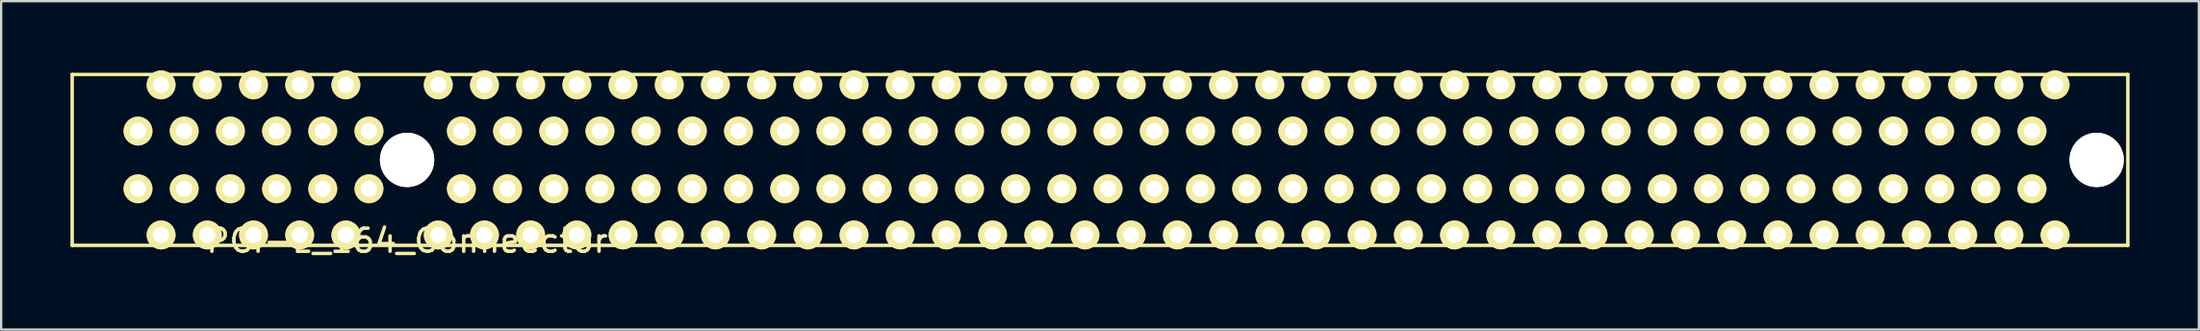
<source format=kicad_pcb>
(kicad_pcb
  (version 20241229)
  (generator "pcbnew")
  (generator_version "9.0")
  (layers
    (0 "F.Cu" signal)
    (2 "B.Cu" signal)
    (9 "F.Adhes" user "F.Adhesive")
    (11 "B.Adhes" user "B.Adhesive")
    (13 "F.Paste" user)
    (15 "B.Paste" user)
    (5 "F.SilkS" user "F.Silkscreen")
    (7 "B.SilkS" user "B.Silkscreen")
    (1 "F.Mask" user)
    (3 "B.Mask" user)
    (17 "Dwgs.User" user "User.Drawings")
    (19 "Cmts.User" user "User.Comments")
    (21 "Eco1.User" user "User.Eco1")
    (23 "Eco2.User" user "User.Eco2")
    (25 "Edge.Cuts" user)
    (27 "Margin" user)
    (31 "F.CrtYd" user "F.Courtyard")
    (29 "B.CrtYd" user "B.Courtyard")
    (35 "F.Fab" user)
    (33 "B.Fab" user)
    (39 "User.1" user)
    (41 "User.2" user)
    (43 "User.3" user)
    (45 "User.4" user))
  (footprint "PCI-E_164_Connecctor"
    (layer "F.Cu")
    (at 14.575 3.875)
    (property "Reference" "PCI-E_164_Connecctor" (at 0 3.5 0) (layer "F.SilkS") (effects (font (size 1 1) (thickness 0.15))))
    (attr through_hole)
    (fp_line (start -14.5 -3.7) (end 74.5 -3.7) (stroke (width 0.15) (type solid)) (layer "F.SilkS"))
    (fp_line (start -14.5 3.7) (end -14.5 -3.7) (stroke (width 0.15) (type solid)) (layer "F.SilkS"))
    (fp_line (start 74.5 -3.7) (end 74.5 3.7) (stroke (width 0.15) (type solid)) (layer "F.SilkS"))
    (fp_line (start 74.5 3.7) (end -14.5 3.7) (stroke (width 0.15) (type solid)) (layer "F.SilkS"))
    (pad "" np_thru_hole circle (at 0 0) (size 2.35 2.35) (drill 2.35) (layers "*.Cu" "*.Mask" "F.SilkS"))
    (pad "" np_thru_hole circle (at 73.15 0) (size 2.35 2.35) (drill 2.35) (layers "*.Cu" "*.Mask" "F.SilkS"))
    (pad "A01" thru_hole circle (at -11.65 -1.25) (size 1.25 1.25) (drill 0.7) (layers "*.Cu" "*.Mask" "F.SilkS"))
    (pad "A02" thru_hole circle (at -10.65 -3.25) (size 1.25 1.25) (drill 0.7) (layers "*.Cu" "*.Mask" "F.SilkS"))
    (pad "A03" thru_hole circle (at -9.65 -1.25) (size 1.25 1.25) (drill 0.7) (layers "*.Cu" "*.Mask" "F.SilkS"))
    (pad "A04" thru_hole circle (at -8.65 -3.25) (size 1.25 1.25) (drill 0.7) (layers "*.Cu" "*.Mask" "F.SilkS"))
    (pad "A05" thru_hole circle (at -7.65 -1.25) (size 1.25 1.25) (drill 0.7) (layers "*.Cu" "*.Mask" "F.SilkS"))
    (pad "A06" thru_hole circle (at -6.65 -3.25) (size 1.25 1.25) (drill 0.7) (layers "*.Cu" "*.Mask" "F.SilkS"))
    (pad "A07" thru_hole circle (at -5.65 -1.25) (size 1.25 1.25) (drill 0.7) (layers "*.Cu" "*.Mask" "F.SilkS"))
    (pad "A08" thru_hole circle (at -4.65 -3.25) (size 1.25 1.25) (drill 0.7) (layers "*.Cu" "*.Mask" "F.SilkS"))
    (pad "A09" thru_hole circle (at -3.65 -1.25) (size 1.25 1.25) (drill 0.7) (layers "*.Cu" "*.Mask" "F.SilkS"))
    (pad "A10" thru_hole circle (at -2.65 -3.25) (size 1.25 1.25) (drill 0.7) (layers "*.Cu" "*.Mask" "F.SilkS"))
    (pad "A11" thru_hole circle (at -1.65 -1.25) (size 1.25 1.25) (drill 0.7) (layers "*.Cu" "*.Mask" "F.SilkS"))
    (pad "A12" thru_hole circle (at 1.35 -3.25) (size 1.25 1.25) (drill 0.7) (layers "*.Cu" "*.Mask" "F.SilkS"))
    (pad "A13" thru_hole circle (at 2.35 -1.25) (size 1.25 1.25) (drill 0.7) (layers "*.Cu" "*.Mask" "F.SilkS"))
    (pad "A14" thru_hole circle (at 3.35 -3.25) (size 1.25 1.25) (drill 0.7) (layers "*.Cu" "*.Mask" "F.SilkS"))
    (pad "A15" thru_hole circle (at 4.35 -1.25) (size 1.25 1.25) (drill 0.7) (layers "*.Cu" "*.Mask" "F.SilkS"))
    (pad "A16" thru_hole circle (at 5.35 -3.25) (size 1.25 1.25) (drill 0.7) (layers "*.Cu" "*.Mask" "F.SilkS"))
    (pad "A17" thru_hole circle (at 6.35 -1.25) (size 1.25 1.25) (drill 0.7) (layers "*.Cu" "*.Mask" "F.SilkS"))
    (pad "A18" thru_hole circle (at 7.35 -3.25) (size 1.25 1.25) (drill 0.7) (layers "*.Cu" "*.Mask" "F.SilkS"))
    (pad "A19" thru_hole circle (at 8.35 -1.25) (size 1.25 1.25) (drill 0.7) (layers "*.Cu" "*.Mask" "F.SilkS"))
    (pad "A20" thru_hole circle (at 9.35 -3.25) (size 1.25 1.25) (drill 0.7) (layers "*.Cu" "*.Mask" "F.SilkS"))
    (pad "A21" thru_hole circle (at 10.35 -1.25) (size 1.25 1.25) (drill 0.7) (layers "*.Cu" "*.Mask" "F.SilkS"))
    (pad "A22" thru_hole circle (at 11.35 -3.25) (size 1.25 1.25) (drill 0.7) (layers "*.Cu" "*.Mask" "F.SilkS"))
    (pad "A23" thru_hole circle (at 12.35 -1.25) (size 1.25 1.25) (drill 0.7) (layers "*.Cu" "*.Mask" "F.SilkS"))
    (pad "A24" thru_hole circle (at 13.35 -3.25) (size 1.25 1.25) (drill 0.7) (layers "*.Cu" "*.Mask" "F.SilkS"))
    (pad "A25" thru_hole circle (at 14.35 -1.25) (size 1.25 1.25) (drill 0.7) (layers "*.Cu" "*.Mask" "F.SilkS"))
    (pad "A26" thru_hole circle (at 15.35 -3.25) (size 1.25 1.25) (drill 0.7) (layers "*.Cu" "*.Mask" "F.SilkS"))
    (pad "A27" thru_hole circle (at 16.35 -1.25) (size 1.25 1.25) (drill 0.7) (layers "*.Cu" "*.Mask" "F.SilkS"))
    (pad "A28" thru_hole circle (at 17.35 -3.25) (size 1.25 1.25) (drill 0.7) (layers "*.Cu" "*.Mask" "F.SilkS"))
    (pad "A29" thru_hole circle (at 18.35 -1.25) (size 1.25 1.25) (drill 0.7) (layers "*.Cu" "*.Mask" "F.SilkS"))
    (pad "A30" thru_hole circle (at 19.35 -3.25) (size 1.25 1.25) (drill 0.7) (layers "*.Cu" "*.Mask" "F.SilkS"))
    (pad "A31" thru_hole circle (at 20.35 -1.25) (size 1.25 1.25) (drill 0.7) (layers "*.Cu" "*.Mask" "F.SilkS"))
    (pad "A32" thru_hole circle (at 21.35 -3.25) (size 1.25 1.25) (drill 0.7) (layers "*.Cu" "*.Mask" "F.SilkS"))
    (pad "A33" thru_hole circle (at 22.35 -1.25) (size 1.25 1.25) (drill 0.7) (layers "*.Cu" "*.Mask" "F.SilkS"))
    (pad "A34" thru_hole circle (at 23.35 -3.25) (size 1.25 1.25) (drill 0.7) (layers "*.Cu" "*.Mask" "F.SilkS"))
    (pad "A35" thru_hole circle (at 24.35 -1.25) (size 1.25 1.25) (drill 0.7) (layers "*.Cu" "*.Mask" "F.SilkS"))
    (pad "A36" thru_hole circle (at 25.35 -3.25) (size 1.25 1.25) (drill 0.7) (layers "*.Cu" "*.Mask" "F.SilkS"))
    (pad "A37" thru_hole circle (at 26.35 -1.25) (size 1.25 1.25) (drill 0.7) (layers "*.Cu" "*.Mask" "F.SilkS"))
    (pad "A38" thru_hole circle (at 27.35 -3.25) (size 1.25 1.25) (drill 0.7) (layers "*.Cu" "*.Mask" "F.SilkS"))
    (pad "A39" thru_hole circle (at 28.35 -1.25) (size 1.25 1.25) (drill 0.7) (layers "*.Cu" "*.Mask" "F.SilkS"))
    (pad "A40" thru_hole circle (at 29.35 -3.25) (size 1.25 1.25) (drill 0.7) (layers "*.Cu" "*.Mask" "F.SilkS"))
    (pad "A41" thru_hole circle (at 30.35 -1.25) (size 1.25 1.25) (drill 0.7) (layers "*.Cu" "*.Mask" "F.SilkS"))
    (pad "A42" thru_hole circle (at 31.35 -3.25) (size 1.25 1.25) (drill 0.7) (layers "*.Cu" "*.Mask" "F.SilkS"))
    (pad "A43" thru_hole circle (at 32.35 -1.25) (size 1.25 1.25) (drill 0.7) (layers "*.Cu" "*.Mask" "F.SilkS"))
    (pad "A44" thru_hole circle (at 33.35 -3.25) (size 1.25 1.25) (drill 0.7) (layers "*.Cu" "*.Mask" "F.SilkS"))
    (pad "A45" thru_hole circle (at 34.35 -1.25) (size 1.25 1.25) (drill 0.7) (layers "*.Cu" "*.Mask" "F.SilkS"))
    (pad "A46" thru_hole circle (at 35.35 -3.25) (size 1.25 1.25) (drill 0.7) (layers "*.Cu" "*.Mask" "F.SilkS"))
    (pad "A47" thru_hole circle (at 36.35 -1.25) (size 1.25 1.25) (drill 0.7) (layers "*.Cu" "*.Mask" "F.SilkS"))
    (pad "A48" thru_hole circle (at 37.35 -3.25) (size 1.25 1.25) (drill 0.7) (layers "*.Cu" "*.Mask" "F.SilkS"))
    (pad "A49" thru_hole circle (at 38.35 -1.25) (size 1.25 1.25) (drill 0.7) (layers "*.Cu" "*.Mask" "F.SilkS"))
    (pad "A50" thru_hole circle (at 39.35 -3.25) (size 1.25 1.25) (drill 0.7) (layers "*.Cu" "*.Mask" "F.SilkS"))
    (pad "A51" thru_hole circle (at 40.35 -1.25) (size 1.25 1.25) (drill 0.7) (layers "*.Cu" "*.Mask" "F.SilkS"))
    (pad "A52" thru_hole circle (at 41.35 -3.25) (size 1.25 1.25) (drill 0.7) (layers "*.Cu" "*.Mask" "F.SilkS"))
    (pad "A53" thru_hole circle (at 42.35 -1.25) (size 1.25 1.25) (drill 0.7) (layers "*.Cu" "*.Mask" "F.SilkS"))
    (pad "A54" thru_hole circle (at 43.35 -3.25) (size 1.25 1.25) (drill 0.7) (layers "*.Cu" "*.Mask" "F.SilkS"))
    (pad "A55" thru_hole circle (at 44.35 -1.25) (size 1.25 1.25) (drill 0.7) (layers "*.Cu" "*.Mask" "F.SilkS"))
    (pad "A56" thru_hole circle (at 45.35 -3.25) (size 1.25 1.25) (drill 0.7) (layers "*.Cu" "*.Mask" "F.SilkS"))
    (pad "A57" thru_hole circle (at 46.35 -1.25) (size 1.25 1.25) (drill 0.7) (layers "*.Cu" "*.Mask" "F.SilkS"))
    (pad "A58" thru_hole circle (at 47.35 -3.25) (size 1.25 1.25) (drill 0.7) (layers "*.Cu" "*.Mask" "F.SilkS"))
    (pad "A59" thru_hole circle (at 48.35 -1.25) (size 1.25 1.25) (drill 0.7) (layers "*.Cu" "*.Mask" "F.SilkS"))
    (pad "A60" thru_hole circle (at 49.35 -3.25) (size 1.25 1.25) (drill 0.7) (layers "*.Cu" "*.Mask" "F.SilkS"))
    (pad "A61" thru_hole circle (at 50.35 -1.25) (size 1.25 1.25) (drill 0.7) (layers "*.Cu" "*.Mask" "F.SilkS"))
    (pad "A62" thru_hole circle (at 51.35 -3.25) (size 1.25 1.25) (drill 0.7) (layers "*.Cu" "*.Mask" "F.SilkS"))
    (pad "A63" thru_hole circle (at 52.35 -1.25) (size 1.25 1.25) (drill 0.7) (layers "*.Cu" "*.Mask" "F.SilkS"))
    (pad "A64" thru_hole circle (at 53.35 -3.25) (size 1.25 1.25) (drill 0.7) (layers "*.Cu" "*.Mask" "F.SilkS"))
    (pad "A65" thru_hole circle (at 54.35 -1.25) (size 1.25 1.25) (drill 0.7) (layers "*.Cu" "*.Mask" "F.SilkS"))
    (pad "A66" thru_hole circle (at 55.35 -3.25) (size 1.25 1.25) (drill 0.7) (layers "*.Cu" "*.Mask" "F.SilkS"))
    (pad "A67" thru_hole circle (at 56.35 -1.25) (size 1.25 1.25) (drill 0.7) (layers "*.Cu" "*.Mask" "F.SilkS"))
    (pad "A68" thru_hole circle (at 57.35 -3.25) (size 1.25 1.25) (drill 0.7) (layers "*.Cu" "*.Mask" "F.SilkS"))
    (pad "A69" thru_hole circle (at 58.35 -1.25) (size 1.25 1.25) (drill 0.7) (layers "*.Cu" "*.Mask" "F.SilkS"))
    (pad "A70" thru_hole circle (at 59.35 -3.25) (size 1.25 1.25) (drill 0.7) (layers "*.Cu" "*.Mask" "F.SilkS"))
    (pad "A71" thru_hole circle (at 60.35 -1.25) (size 1.25 1.25) (drill 0.7) (layers "*.Cu" "*.Mask" "F.SilkS"))
    (pad "A72" thru_hole circle (at 61.35 -3.25) (size 1.25 1.25) (drill 0.7) (layers "*.Cu" "*.Mask" "F.SilkS"))
    (pad "A73" thru_hole circle (at 62.35 -1.25) (size 1.25 1.25) (drill 0.7) (layers "*.Cu" "*.Mask" "F.SilkS"))
    (pad "A74" thru_hole circle (at 63.35 -3.25) (size 1.25 1.25) (drill 0.7) (layers "*.Cu" "*.Mask" "F.SilkS"))
    (pad "A75" thru_hole circle (at 64.35 -1.25) (size 1.25 1.25) (drill 0.7) (layers "*.Cu" "*.Mask" "F.SilkS"))
    (pad "A76" thru_hole circle (at 65.35 -3.25) (size 1.25 1.25) (drill 0.7) (layers "*.Cu" "*.Mask" "F.SilkS"))
    (pad "A77" thru_hole circle (at 66.35 -1.25) (size 1.25 1.25) (drill 0.7) (layers "*.Cu" "*.Mask" "F.SilkS"))
    (pad "A78" thru_hole circle (at 67.35 -3.25) (size 1.25 1.25) (drill 0.7) (layers "*.Cu" "*.Mask" "F.SilkS"))
    (pad "A79" thru_hole circle (at 68.35 -1.25) (size 1.25 1.25) (drill 0.7) (layers "*.Cu" "*.Mask" "F.SilkS"))
    (pad "A80" thru_hole circle (at 69.35 -3.25) (size 1.25 1.25) (drill 0.7) (layers "*.Cu" "*.Mask" "F.SilkS"))
    (pad "A81" thru_hole circle (at 70.35 -1.25) (size 1.25 1.25) (drill 0.7) (layers "*.Cu" "*.Mask" "F.SilkS"))
    (pad "A82" thru_hole circle (at 71.35 -3.25) (size 1.25 1.25) (drill 0.7) (layers "*.Cu" "*.Mask" "F.SilkS"))
    (pad "B01" thru_hole circle (at -11.65 1.25) (size 1.25 1.25) (drill 0.7) (layers "*.Cu" "*.Mask" "F.SilkS"))
    (pad "B02" thru_hole circle (at -10.65 3.25) (size 1.25 1.25) (drill 0.7) (layers "*.Cu" "*.Mask" "F.SilkS"))
    (pad "B03" thru_hole circle (at -9.65 1.25) (size 1.25 1.25) (drill 0.7) (layers "*.Cu" "*.Mask" "F.SilkS"))
    (pad "B04" thru_hole circle (at -8.65 3.25) (size 1.25 1.25) (drill 0.7) (layers "*.Cu" "*.Mask" "F.SilkS"))
    (pad "B05" thru_hole circle (at -7.65 1.25) (size 1.25 1.25) (drill 0.7) (layers "*.Cu" "*.Mask" "F.SilkS"))
    (pad "B06" thru_hole circle (at -6.65 3.25) (size 1.25 1.25) (drill 0.7) (layers "*.Cu" "*.Mask" "F.SilkS"))
    (pad "B07" thru_hole circle (at -5.65 1.25) (size 1.25 1.25) (drill 0.7) (layers "*.Cu" "*.Mask" "F.SilkS"))
    (pad "B08" thru_hole circle (at -4.65 3.25) (size 1.25 1.25) (drill 0.7) (layers "*.Cu" "*.Mask" "F.SilkS"))
    (pad "B09" thru_hole circle (at -3.65 1.25) (size 1.25 1.25) (drill 0.7) (layers "*.Cu" "*.Mask" "F.SilkS"))
    (pad "B10" thru_hole circle (at -2.65 3.25) (size 1.25 1.25) (drill 0.7) (layers "*.Cu" "*.Mask" "F.SilkS"))
    (pad "B11" thru_hole circle (at -1.65 1.25) (size 1.25 1.25) (drill 0.7) (layers "*.Cu" "*.Mask" "F.SilkS"))
    (pad "B12" thru_hole circle (at 1.35 3.25) (size 1.25 1.25) (drill 0.7) (layers "*.Cu" "*.Mask" "F.SilkS"))
    (pad "B13" thru_hole circle (at 2.35 1.25) (size 1.25 1.25) (drill 0.7) (layers "*.Cu" "*.Mask" "F.SilkS"))
    (pad "B14" thru_hole circle (at 3.35 3.25) (size 1.25 1.25) (drill 0.7) (layers "*.Cu" "*.Mask" "F.SilkS"))
    (pad "B15" thru_hole circle (at 4.35 1.25) (size 1.25 1.25) (drill 0.7) (layers "*.Cu" "*.Mask" "F.SilkS"))
    (pad "B16" thru_hole circle (at 5.35 3.25) (size 1.25 1.25) (drill 0.7) (layers "*.Cu" "*.Mask" "F.SilkS"))
    (pad "B17" thru_hole circle (at 6.35 1.25) (size 1.25 1.25) (drill 0.7) (layers "*.Cu" "*.Mask" "F.SilkS"))
    (pad "B18" thru_hole circle (at 7.35 3.25) (size 1.25 1.25) (drill 0.7) (layers "*.Cu" "*.Mask" "F.SilkS"))
    (pad "B19" thru_hole circle (at 8.35 1.25) (size 1.25 1.25) (drill 0.7) (layers "*.Cu" "*.Mask" "F.SilkS"))
    (pad "B20" thru_hole circle (at 9.35 3.25) (size 1.25 1.25) (drill 0.7) (layers "*.Cu" "*.Mask" "F.SilkS"))
    (pad "B21" thru_hole circle (at 10.35 1.25) (size 1.25 1.25) (drill 0.7) (layers "*.Cu" "*.Mask" "F.SilkS"))
    (pad "B22" thru_hole circle (at 11.35 3.25) (size 1.25 1.25) (drill 0.7) (layers "*.Cu" "*.Mask" "F.SilkS"))
    (pad "B23" thru_hole circle (at 12.35 1.25) (size 1.25 1.25) (drill 0.7) (layers "*.Cu" "*.Mask" "F.SilkS"))
    (pad "B24" thru_hole circle (at 13.35 3.25) (size 1.25 1.25) (drill 0.7) (layers "*.Cu" "*.Mask" "F.SilkS"))
    (pad "B25" thru_hole circle (at 14.35 1.25) (size 1.25 1.25) (drill 0.7) (layers "*.Cu" "*.Mask" "F.SilkS"))
    (pad "B26" thru_hole circle (at 15.35 3.25) (size 1.25 1.25) (drill 0.7) (layers "*.Cu" "*.Mask" "F.SilkS"))
    (pad "B27" thru_hole circle (at 16.35 1.25) (size 1.25 1.25) (drill 0.7) (layers "*.Cu" "*.Mask" "F.SilkS"))
    (pad "B28" thru_hole circle (at 17.35 3.25) (size 1.25 1.25) (drill 0.7) (layers "*.Cu" "*.Mask" "F.SilkS"))
    (pad "B29" thru_hole circle (at 18.35 1.25) (size 1.25 1.25) (drill 0.7) (layers "*.Cu" "*.Mask" "F.SilkS"))
    (pad "B30" thru_hole circle (at 19.35 3.25) (size 1.25 1.25) (drill 0.7) (layers "*.Cu" "*.Mask" "F.SilkS"))
    (pad "B31" thru_hole circle (at 20.35 1.25) (size 1.25 1.25) (drill 0.7) (layers "*.Cu" "*.Mask" "F.SilkS"))
    (pad "B32" thru_hole circle (at 21.35 3.25) (size 1.25 1.25) (drill 0.7) (layers "*.Cu" "*.Mask" "F.SilkS"))
    (pad "B33" thru_hole circle (at 22.35 1.25) (size 1.25 1.25) (drill 0.7) (layers "*.Cu" "*.Mask" "F.SilkS"))
    (pad "B34" thru_hole circle (at 23.35 3.25) (size 1.25 1.25) (drill 0.7) (layers "*.Cu" "*.Mask" "F.SilkS"))
    (pad "B35" thru_hole circle (at 24.35 1.25) (size 1.25 1.25) (drill 0.7) (layers "*.Cu" "*.Mask" "F.SilkS"))
    (pad "B36" thru_hole circle (at 25.35 3.25) (size 1.25 1.25) (drill 0.7) (layers "*.Cu" "*.Mask" "F.SilkS"))
    (pad "B37" thru_hole circle (at 26.35 1.25) (size 1.25 1.25) (drill 0.7) (layers "*.Cu" "*.Mask" "F.SilkS"))
    (pad "B38" thru_hole circle (at 27.35 3.25) (size 1.25 1.25) (drill 0.7) (layers "*.Cu" "*.Mask" "F.SilkS"))
    (pad "B39" thru_hole circle (at 28.35 1.25) (size 1.25 1.25) (drill 0.7) (layers "*.Cu" "*.Mask" "F.SilkS"))
    (pad "B40" thru_hole circle (at 29.35 3.25) (size 1.25 1.25) (drill 0.7) (layers "*.Cu" "*.Mask" "F.SilkS"))
    (pad "B41" thru_hole circle (at 30.35 1.25) (size 1.25 1.25) (drill 0.7) (layers "*.Cu" "*.Mask" "F.SilkS"))
    (pad "B42" thru_hole circle (at 31.35 3.25) (size 1.25 1.25) (drill 0.7) (layers "*.Cu" "*.Mask" "F.SilkS"))
    (pad "B43" thru_hole circle (at 32.35 1.25) (size 1.25 1.25) (drill 0.7) (layers "*.Cu" "*.Mask" "F.SilkS"))
    (pad "B44" thru_hole circle (at 33.35 3.25) (size 1.25 1.25) (drill 0.7) (layers "*.Cu" "*.Mask" "F.SilkS"))
    (pad "B45" thru_hole circle (at 34.35 1.25) (size 1.25 1.25) (drill 0.7) (layers "*.Cu" "*.Mask" "F.SilkS"))
    (pad "B46" thru_hole circle (at 35.35 3.25) (size 1.25 1.25) (drill 0.7) (layers "*.Cu" "*.Mask" "F.SilkS"))
    (pad "B47" thru_hole circle (at 36.35 1.25) (size 1.25 1.25) (drill 0.7) (layers "*.Cu" "*.Mask" "F.SilkS"))
    (pad "B48" thru_hole circle (at 37.35 3.25) (size 1.25 1.25) (drill 0.7) (layers "*.Cu" "*.Mask" "F.SilkS"))
    (pad "B49" thru_hole circle (at 38.35 1.25) (size 1.25 1.25) (drill 0.7) (layers "*.Cu" "*.Mask" "F.SilkS"))
    (pad "B50" thru_hole circle (at 39.35 3.25) (size 1.25 1.25) (drill 0.7) (layers "*.Cu" "*.Mask" "F.SilkS"))
    (pad "B51" thru_hole circle (at 40.35 1.25) (size 1.25 1.25) (drill 0.7) (layers "*.Cu" "*.Mask" "F.SilkS"))
    (pad "B52" thru_hole circle (at 41.35 3.25) (size 1.25 1.25) (drill 0.7) (layers "*.Cu" "*.Mask" "F.SilkS"))
    (pad "B53" thru_hole circle (at 42.35 1.25) (size 1.25 1.25) (drill 0.7) (layers "*.Cu" "*.Mask" "F.SilkS"))
    (pad "B54" thru_hole circle (at 43.35 3.25) (size 1.25 1.25) (drill 0.7) (layers "*.Cu" "*.Mask" "F.SilkS"))
    (pad "B55" thru_hole circle (at 44.35 1.25) (size 1.25 1.25) (drill 0.7) (layers "*.Cu" "*.Mask" "F.SilkS"))
    (pad "B56" thru_hole circle (at 45.35 3.25) (size 1.25 1.25) (drill 0.7) (layers "*.Cu" "*.Mask" "F.SilkS"))
    (pad "B57" thru_hole circle (at 46.35 1.25) (size 1.25 1.25) (drill 0.7) (layers "*.Cu" "*.Mask" "F.SilkS"))
    (pad "B58" thru_hole circle (at 47.35 3.25) (size 1.25 1.25) (drill 0.7) (layers "*.Cu" "*.Mask" "F.SilkS"))
    (pad "B59" thru_hole circle (at 48.35 1.25) (size 1.25 1.25) (drill 0.7) (layers "*.Cu" "*.Mask" "F.SilkS"))
    (pad "B60" thru_hole circle (at 49.35 3.25) (size 1.25 1.25) (drill 0.7) (layers "*.Cu" "*.Mask" "F.SilkS"))
    (pad "B61" thru_hole circle (at 50.35 1.25) (size 1.25 1.25) (drill 0.7) (layers "*.Cu" "*.Mask" "F.SilkS"))
    (pad "B62" thru_hole circle (at 51.35 3.25) (size 1.25 1.25) (drill 0.7) (layers "*.Cu" "*.Mask" "F.SilkS"))
    (pad "B63" thru_hole circle (at 52.35 1.25) (size 1.25 1.25) (drill 0.7) (layers "*.Cu" "*.Mask" "F.SilkS"))
    (pad "B64" thru_hole circle (at 53.35 3.25) (size 1.25 1.25) (drill 0.7) (layers "*.Cu" "*.Mask" "F.SilkS"))
    (pad "B65" thru_hole circle (at 54.35 1.25) (size 1.25 1.25) (drill 0.7) (layers "*.Cu" "*.Mask" "F.SilkS"))
    (pad "B66" thru_hole circle (at 55.35 3.25) (size 1.25 1.25) (drill 0.7) (layers "*.Cu" "*.Mask" "F.SilkS"))
    (pad "B67" thru_hole circle (at 56.35 1.25) (size 1.25 1.25) (drill 0.7) (layers "*.Cu" "*.Mask" "F.SilkS"))
    (pad "B68" thru_hole circle (at 57.35 3.25) (size 1.25 1.25) (drill 0.7) (layers "*.Cu" "*.Mask" "F.SilkS"))
    (pad "B69" thru_hole circle (at 58.35 1.25) (size 1.25 1.25) (drill 0.7) (layers "*.Cu" "*.Mask" "F.SilkS"))
    (pad "B70" thru_hole circle (at 59.35 3.25) (size 1.25 1.25) (drill 0.7) (layers "*.Cu" "*.Mask" "F.SilkS"))
    (pad "B71" thru_hole circle (at 60.35 1.25) (size 1.25 1.25) (drill 0.7) (layers "*.Cu" "*.Mask" "F.SilkS"))
    (pad "B72" thru_hole circle (at 61.35 3.25) (size 1.25 1.25) (drill 0.7) (layers "*.Cu" "*.Mask" "F.SilkS"))
    (pad "B73" thru_hole circle (at 62.35 1.25) (size 1.25 1.25) (drill 0.7) (layers "*.Cu" "*.Mask" "F.SilkS"))
    (pad "B74" thru_hole circle (at 63.35 3.25) (size 1.25 1.25) (drill 0.7) (layers "*.Cu" "*.Mask" "F.SilkS"))
    (pad "B75" thru_hole circle (at 64.35 1.25) (size 1.25 1.25) (drill 0.7) (layers "*.Cu" "*.Mask" "F.SilkS"))
    (pad "B76" thru_hole circle (at 65.35 3.25) (size 1.25 1.25) (drill 0.7) (layers "*.Cu" "*.Mask" "F.SilkS"))
    (pad "B77" thru_hole circle (at 66.35 1.25) (size 1.25 1.25) (drill 0.7) (layers "*.Cu" "*.Mask" "F.SilkS"))
    (pad "B78" thru_hole circle (at 67.35 3.25) (size 1.25 1.25) (drill 0.7) (layers "*.Cu" "*.Mask" "F.SilkS"))
    (pad "B79" thru_hole circle (at 68.35 1.25) (size 1.25 1.25) (drill 0.7) (layers "*.Cu" "*.Mask" "F.SilkS"))
    (pad "B80" thru_hole circle (at 69.35 3.25) (size 1.25 1.25) (drill 0.7) (layers "*.Cu" "*.Mask" "F.SilkS"))
    (pad "B81" thru_hole circle (at 70.35 1.25) (size 1.25 1.25) (drill 0.7) (layers "*.Cu" "*.Mask" "F.SilkS"))
    (pad "B82" thru_hole circle (at 71.35 3.25) (size 1.25 1.25) (drill 0.7) (layers "*.Cu" "*.Mask" "F.SilkS")))
  (gr_rect
    (start -3 -3)
    (end 92.15 11.223)
    (stroke (width 0.1) (type default))
    (fill no)
    (layer "Edge.Cuts")))
</source>
